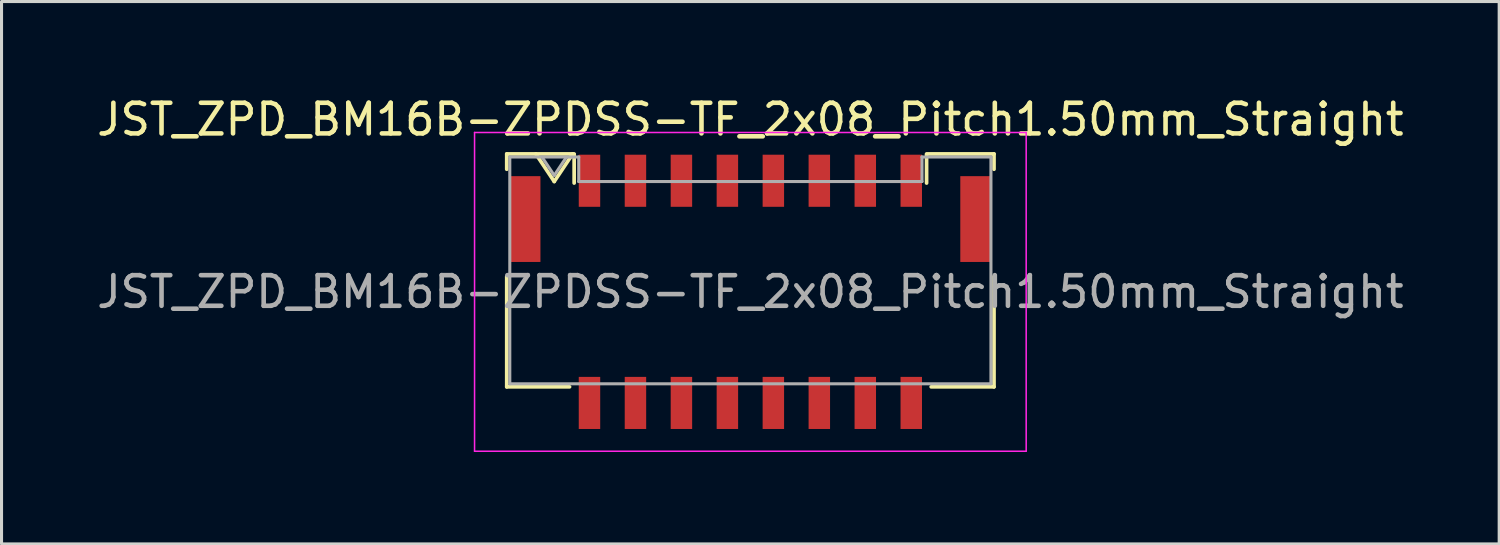
<source format=kicad_pcb>
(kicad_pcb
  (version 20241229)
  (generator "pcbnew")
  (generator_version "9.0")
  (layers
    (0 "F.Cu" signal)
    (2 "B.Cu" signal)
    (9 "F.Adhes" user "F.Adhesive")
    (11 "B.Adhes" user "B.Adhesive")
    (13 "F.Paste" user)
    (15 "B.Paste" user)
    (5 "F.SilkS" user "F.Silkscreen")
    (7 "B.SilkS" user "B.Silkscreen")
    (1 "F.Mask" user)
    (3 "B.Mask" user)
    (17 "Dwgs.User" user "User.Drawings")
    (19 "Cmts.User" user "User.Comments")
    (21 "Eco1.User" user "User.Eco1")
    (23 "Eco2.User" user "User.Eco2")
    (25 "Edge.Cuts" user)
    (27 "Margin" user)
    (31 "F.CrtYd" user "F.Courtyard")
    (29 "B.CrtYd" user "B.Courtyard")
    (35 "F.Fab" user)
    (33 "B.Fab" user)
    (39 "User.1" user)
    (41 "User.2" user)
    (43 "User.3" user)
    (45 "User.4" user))
  (footprint "JST_ZPD_BM16B-ZPDSS-TF_2x08_Pitch1.50mm_Straight"
    (layer "F.Cu")
    (at 21.435 6.473)
    (property "Reference" "JST_ZPD_BM16B-ZPDSS-TF_2x08_Pitch1.50mm_Straight" (at 0 -5.625 0) (layer "F.SilkS") (effects (font (size 1 1) (thickness 0.15))))
    (attr smd)
    (fp_line (start -7.95 -4) (end -7.95 -4.5) (stroke (width 0.12) (type solid)) (layer "F.SilkS"))
    (fp_line (start -7.95 -0.5) (end -7.95 3.1) (stroke (width 0.12) (type solid)) (layer "F.SilkS"))
    (fp_line (start -7.95 3.1) (end -5.9 3.1) (stroke (width 0.12) (type solid)) (layer "F.SilkS"))
    (fp_line (start -7 -4.5) (end -6.4 -3.6) (stroke (width 0.12) (type solid)) (layer "F.SilkS"))
    (fp_line (start -6.4 -3.6) (end -5.8 -4.5) (stroke (width 0.12) (type solid)) (layer "F.SilkS"))
    (fp_line (start -5.75 -4.5) (end -7.95 -4.5) (stroke (width 0.12) (type solid)) (layer "F.SilkS"))
    (fp_line (start -5.75 -3.55) (end -5.75 -4.48) (stroke (width 0.12) (type solid)) (layer "F.SilkS"))
    (fp_line (start 5.75 -4.5) (end 7.95 -4.5) (stroke (width 0.12) (type solid)) (layer "F.SilkS"))
    (fp_line (start 5.75 -3.55) (end 5.75 -4.48) (stroke (width 0.12) (type solid)) (layer "F.SilkS"))
    (fp_line (start 7.95 -4) (end 7.95 -4.5) (stroke (width 0.12) (type solid)) (layer "F.SilkS"))
    (fp_line (start 7.95 -0.5) (end 7.95 3.1) (stroke (width 0.12) (type solid)) (layer "F.SilkS"))
    (fp_line (start 7.95 3.1) (end 5.9 3.1) (stroke (width 0.12) (type solid)) (layer "F.SilkS"))
    (fp_line (start -9 -5.2) (end -9 5.2) (stroke (width 0.05) (type solid)) (layer "F.CrtYd"))
    (fp_line (start -9 5.2) (end 9 5.2) (stroke (width 0.05) (type solid)) (layer "F.CrtYd"))
    (fp_line (start 9 -5.2) (end -9 -5.2) (stroke (width 0.05) (type solid)) (layer "F.CrtYd"))
    (fp_line (start 9 5.2) (end 9 -5.2) (stroke (width 0.05) (type solid)) (layer "F.CrtYd"))
    (fp_line (start -7.85 -4.4) (end -7.85 3) (stroke (width 0.1) (type solid)) (layer "F.Fab"))
    (fp_line (start -7.85 3) (end 7.85 3) (stroke (width 0.1) (type solid)) (layer "F.Fab"))
    (fp_line (start -6.8 -4.4) (end -6.4 -3.8) (stroke (width 0.1) (type solid)) (layer "F.Fab"))
    (fp_line (start -6.4 -3.8) (end -6 -4.4) (stroke (width 0.1) (type solid)) (layer "F.Fab"))
    (fp_line (start -5.6 -4.4) (end -7.85 -4.4) (stroke (width 0.1) (type solid)) (layer "F.Fab"))
    (fp_line (start -5.6 -3.6) (end -5.6 -4.4) (stroke (width 0.1) (type solid)) (layer "F.Fab"))
    (fp_line (start 5.6 -4.4) (end 7.85 -4.4) (stroke (width 0.1) (type solid)) (layer "F.Fab"))
    (fp_line (start 5.6 -3.6) (end -5.6 -3.6) (stroke (width 0.1) (type solid)) (layer "F.Fab"))
    (fp_line (start 5.6 -3.6) (end 5.6 -4.4) (stroke (width 0.1) (type solid)) (layer "F.Fab"))
    (fp_line (start 7.85 3) (end 7.85 -4.4) (stroke (width 0.1) (type solid)) (layer "F.Fab"))
    (fp_text user "${REFERENCE}" (at 0 0 0) (layer "F.Fab") (effects (font (size 1 1) (thickness 0.15))))
    (pad "" smd rect (at -7.35 -2.375) (size 1 2.8) (layers "F.Cu" "F.Mask" "F.Paste"))
    (pad "" smd rect (at 7.35 -2.375) (size 1 2.8) (layers "F.Cu" "F.Mask" "F.Paste"))
    (pad "1" smd rect (at -5.25 -3.625) (size 0.7 1.7) (layers "F.Cu" "F.Mask" "F.Paste"))
    (pad "2" smd rect (at -5.25 3.625) (size 0.7 1.7) (layers "F.Cu" "F.Mask" "F.Paste"))
    (pad "3" smd rect (at -3.75 -3.625) (size 0.7 1.7) (layers "F.Cu" "F.Mask" "F.Paste"))
    (pad "4" smd rect (at -3.75 3.625) (size 0.7 1.7) (layers "F.Cu" "F.Mask" "F.Paste"))
    (pad "5" smd rect (at -2.25 -3.625) (size 0.7 1.7) (layers "F.Cu" "F.Mask" "F.Paste"))
    (pad "6" smd rect (at -2.25 3.625) (size 0.7 1.7) (layers "F.Cu" "F.Mask" "F.Paste"))
    (pad "7" smd rect (at -0.75 -3.625) (size 0.7 1.7) (layers "F.Cu" "F.Mask" "F.Paste"))
    (pad "8" smd rect (at -0.75 3.625) (size 0.7 1.7) (layers "F.Cu" "F.Mask" "F.Paste"))
    (pad "9" smd rect (at 0.75 -3.625) (size 0.7 1.7) (layers "F.Cu" "F.Mask" "F.Paste"))
    (pad "10" smd rect (at 0.75 3.625) (size 0.7 1.7) (layers "F.Cu" "F.Mask" "F.Paste"))
    (pad "11" smd rect (at 2.25 -3.625) (size 0.7 1.7) (layers "F.Cu" "F.Mask" "F.Paste"))
    (pad "12" smd rect (at 2.25 3.625) (size 0.7 1.7) (layers "F.Cu" "F.Mask" "F.Paste"))
    (pad "13" smd rect (at 3.75 -3.625) (size 0.7 1.7) (layers "F.Cu" "F.Mask" "F.Paste"))
    (pad "14" smd rect (at 3.75 3.625) (size 0.7 1.7) (layers "F.Cu" "F.Mask" "F.Paste"))
    (pad "15" smd rect (at 5.25 -3.625) (size 0.7 1.7) (layers "F.Cu" "F.Mask" "F.Paste"))
    (pad "16" smd rect (at 5.25 3.625) (size 0.7 1.7) (layers "F.Cu" "F.Mask" "F.Paste")))
  (gr_rect
    (start -3 -3)
    (end 45.869 14.698)
    (stroke (width 0.1) (type default))
    (fill no)
    (layer "Edge.Cuts")))
</source>
